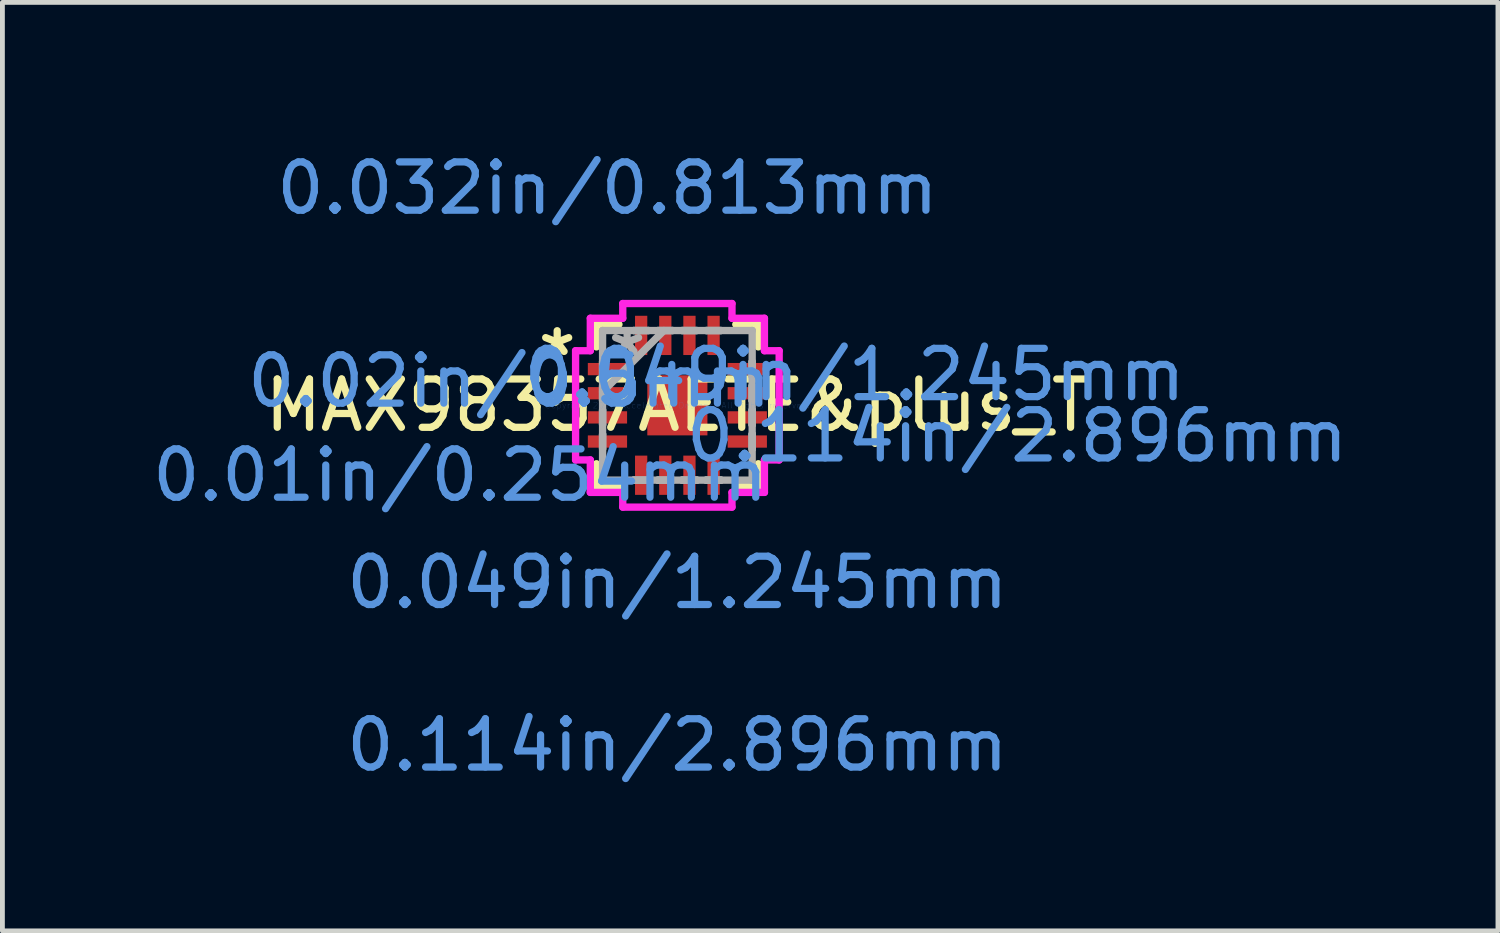
<source format=kicad_pcb>
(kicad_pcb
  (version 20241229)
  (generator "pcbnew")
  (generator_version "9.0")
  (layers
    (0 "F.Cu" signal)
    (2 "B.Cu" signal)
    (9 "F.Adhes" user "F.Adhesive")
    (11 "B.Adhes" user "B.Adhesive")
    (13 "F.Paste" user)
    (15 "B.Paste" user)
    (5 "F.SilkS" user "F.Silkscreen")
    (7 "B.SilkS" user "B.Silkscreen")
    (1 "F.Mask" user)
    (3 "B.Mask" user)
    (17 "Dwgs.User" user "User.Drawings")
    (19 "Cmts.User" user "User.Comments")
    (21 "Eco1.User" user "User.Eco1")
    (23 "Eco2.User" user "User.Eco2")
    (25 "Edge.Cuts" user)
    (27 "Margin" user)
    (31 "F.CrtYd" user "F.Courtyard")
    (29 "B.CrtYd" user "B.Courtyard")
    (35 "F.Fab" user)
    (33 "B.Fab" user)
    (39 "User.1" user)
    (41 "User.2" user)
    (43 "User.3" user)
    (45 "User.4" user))
  (footprint "MAX98357AETE&plus_T"
    (layer "F.Cu")
    (at 10.978 5.344)
    (property "Reference" "MAX98357AETE&plus_T" (at 0 0 0) (layer "F.SilkS") (effects (font (size 1 1) (thickness 0.15))))
    (attr through_hole)
    (fp_line (start -1.676 -1.676) (end -1.676 -1.21) (stroke (width 0.152) (type solid)) (layer "F.SilkS"))
    (fp_line (start -1.676 1.21) (end -1.676 1.676) (stroke (width 0.152) (type solid)) (layer "F.SilkS"))
    (fp_line (start -1.676 1.676) (end -1.21 1.676) (stroke (width 0.152) (type solid)) (layer "F.SilkS"))
    (fp_line (start -1.21 -1.676) (end -1.676 -1.676) (stroke (width 0.152) (type solid)) (layer "F.SilkS"))
    (fp_line (start 1.21 1.676) (end 1.676 1.676) (stroke (width 0.152) (type solid)) (layer "F.SilkS"))
    (fp_line (start 1.676 -1.676) (end 1.21 -1.676) (stroke (width 0.152) (type solid)) (layer "F.SilkS"))
    (fp_line (start 1.676 -1.21) (end 1.676 -1.676) (stroke (width 0.152) (type solid)) (layer "F.SilkS"))
    (fp_line (start 1.676 1.676) (end 1.676 1.21) (stroke (width 0.152) (type solid)) (layer "F.SilkS"))
    (fp_line (start -2.108 -1.131) (end -1.803 -1.131) (stroke (width 0.152) (type solid)) (layer "F.CrtYd"))
    (fp_line (start -2.108 1.131) (end -2.108 -1.131) (stroke (width 0.152) (type solid)) (layer "F.CrtYd"))
    (fp_line (start -1.803 -1.803) (end -1.131 -1.803) (stroke (width 0.152) (type solid)) (layer "F.CrtYd"))
    (fp_line (start -1.803 -1.131) (end -1.803 -1.803) (stroke (width 0.152) (type solid)) (layer "F.CrtYd"))
    (fp_line (start -1.803 1.131) (end -2.108 1.131) (stroke (width 0.152) (type solid)) (layer "F.CrtYd"))
    (fp_line (start -1.803 1.803) (end -1.803 1.131) (stroke (width 0.152) (type solid)) (layer "F.CrtYd"))
    (fp_line (start -1.131 -2.108) (end 1.131 -2.108) (stroke (width 0.152) (type solid)) (layer "F.CrtYd"))
    (fp_line (start -1.131 -1.803) (end -1.131 -2.108) (stroke (width 0.152) (type solid)) (layer "F.CrtYd"))
    (fp_line (start -1.131 1.803) (end -1.803 1.803) (stroke (width 0.152) (type solid)) (layer "F.CrtYd"))
    (fp_line (start -1.131 2.108) (end -1.131 1.803) (stroke (width 0.152) (type solid)) (layer "F.CrtYd"))
    (fp_line (start 1.131 -2.108) (end 1.131 -1.803) (stroke (width 0.152) (type solid)) (layer "F.CrtYd"))
    (fp_line (start 1.131 -1.803) (end 1.803 -1.803) (stroke (width 0.152) (type solid)) (layer "F.CrtYd"))
    (fp_line (start 1.131 1.803) (end 1.131 2.108) (stroke (width 0.152) (type solid)) (layer "F.CrtYd"))
    (fp_line (start 1.131 2.108) (end -1.131 2.108) (stroke (width 0.152) (type solid)) (layer "F.CrtYd"))
    (fp_line (start 1.803 -1.803) (end 1.803 -1.131) (stroke (width 0.152) (type solid)) (layer "F.CrtYd"))
    (fp_line (start 1.803 -1.131) (end 2.108 -1.131) (stroke (width 0.152) (type solid)) (layer "F.CrtYd"))
    (fp_line (start 1.803 1.131) (end 1.803 1.803) (stroke (width 0.152) (type solid)) (layer "F.CrtYd"))
    (fp_line (start 1.803 1.803) (end 1.131 1.803) (stroke (width 0.152) (type solid)) (layer "F.CrtYd"))
    (fp_line (start 2.108 -1.131) (end 2.108 1.131) (stroke (width 0.152) (type solid)) (layer "F.CrtYd"))
    (fp_line (start 2.108 1.131) (end 1.803 1.131) (stroke (width 0.152) (type solid)) (layer "F.CrtYd"))
    (fp_line (start -1.549 -1.549) (end -1.549 -1.549) (stroke (width 0.152) (type solid)) (layer "F.Fab"))
    (fp_line (start -1.549 -1.549) (end -1.549 1.549) (stroke (width 0.152) (type solid)) (layer "F.Fab"))
    (fp_line (start -1.549 -0.902) (end -1.549 -0.902) (stroke (width 0.152) (type solid)) (layer "F.Fab"))
    (fp_line (start -1.549 -0.902) (end -1.549 -0.598) (stroke (width 0.152) (type solid)) (layer "F.Fab"))
    (fp_line (start -1.549 -0.598) (end -1.549 -0.902) (stroke (width 0.152) (type solid)) (layer "F.Fab"))
    (fp_line (start -1.549 -0.598) (end -1.549 -0.598) (stroke (width 0.152) (type solid)) (layer "F.Fab"))
    (fp_line (start -1.549 -0.402) (end -1.549 -0.402) (stroke (width 0.152) (type solid)) (layer "F.Fab"))
    (fp_line (start -1.549 -0.402) (end -1.549 -0.098) (stroke (width 0.152) (type solid)) (layer "F.Fab"))
    (fp_line (start -1.549 -0.279) (end -0.279 -1.549) (stroke (width 0.152) (type solid)) (layer "F.Fab"))
    (fp_line (start -1.549 -0.098) (end -1.549 -0.402) (stroke (width 0.152) (type solid)) (layer "F.Fab"))
    (fp_line (start -1.549 -0.098) (end -1.549 -0.098) (stroke (width 0.152) (type solid)) (layer "F.Fab"))
    (fp_line (start -1.549 0.098) (end -1.549 0.098) (stroke (width 0.152) (type solid)) (layer "F.Fab"))
    (fp_line (start -1.549 0.098) (end -1.549 0.402) (stroke (width 0.152) (type solid)) (layer "F.Fab"))
    (fp_line (start -1.549 0.402) (end -1.549 0.098) (stroke (width 0.152) (type solid)) (layer "F.Fab"))
    (fp_line (start -1.549 0.402) (end -1.549 0.402) (stroke (width 0.152) (type solid)) (layer "F.Fab"))
    (fp_line (start -1.549 0.598) (end -1.549 0.598) (stroke (width 0.152) (type solid)) (layer "F.Fab"))
    (fp_line (start -1.549 0.598) (end -1.549 0.902) (stroke (width 0.152) (type solid)) (layer "F.Fab"))
    (fp_line (start -1.549 0.902) (end -1.549 0.598) (stroke (width 0.152) (type solid)) (layer "F.Fab"))
    (fp_line (start -1.549 0.902) (end -1.549 0.902) (stroke (width 0.152) (type solid)) (layer "F.Fab"))
    (fp_line (start -1.549 1.549) (end -1.549 1.549) (stroke (width 0.152) (type solid)) (layer "F.Fab"))
    (fp_line (start -1.549 1.549) (end 1.549 1.549) (stroke (width 0.152) (type solid)) (layer "F.Fab"))
    (fp_line (start -0.902 -1.549) (end -0.902 -1.549) (stroke (width 0.152) (type solid)) (layer "F.Fab"))
    (fp_line (start -0.902 -1.549) (end -0.598 -1.549) (stroke (width 0.152) (type solid)) (layer "F.Fab"))
    (fp_line (start -0.902 1.549) (end -0.902 1.549) (stroke (width 0.152) (type solid)) (layer "F.Fab"))
    (fp_line (start -0.902 1.549) (end -0.598 1.549) (stroke (width 0.152) (type solid)) (layer "F.Fab"))
    (fp_line (start -0.598 -1.549) (end -0.902 -1.549) (stroke (width 0.152) (type solid)) (layer "F.Fab"))
    (fp_line (start -0.598 -1.549) (end -0.598 -1.549) (stroke (width 0.152) (type solid)) (layer "F.Fab"))
    (fp_line (start -0.598 1.549) (end -0.902 1.549) (stroke (width 0.152) (type solid)) (layer "F.Fab"))
    (fp_line (start -0.598 1.549) (end -0.598 1.549) (stroke (width 0.152) (type solid)) (layer "F.Fab"))
    (fp_line (start -0.402 -1.549) (end -0.402 -1.549) (stroke (width 0.152) (type solid)) (layer "F.Fab"))
    (fp_line (start -0.402 -1.549) (end -0.098 -1.549) (stroke (width 0.152) (type solid)) (layer "F.Fab"))
    (fp_line (start -0.402 1.549) (end -0.402 1.549) (stroke (width 0.152) (type solid)) (layer "F.Fab"))
    (fp_line (start -0.402 1.549) (end -0.098 1.549) (stroke (width 0.152) (type solid)) (layer "F.Fab"))
    (fp_line (start -0.098 -1.549) (end -0.402 -1.549) (stroke (width 0.152) (type solid)) (layer "F.Fab"))
    (fp_line (start -0.098 -1.549) (end -0.098 -1.549) (stroke (width 0.152) (type solid)) (layer "F.Fab"))
    (fp_line (start -0.098 1.549) (end -0.402 1.549) (stroke (width 0.152) (type solid)) (layer "F.Fab"))
    (fp_line (start -0.098 1.549) (end -0.098 1.549) (stroke (width 0.152) (type solid)) (layer "F.Fab"))
    (fp_line (start 0.098 -1.549) (end 0.098 -1.549) (stroke (width 0.152) (type solid)) (layer "F.Fab"))
    (fp_line (start 0.098 -1.549) (end 0.402 -1.549) (stroke (width 0.152) (type solid)) (layer "F.Fab"))
    (fp_line (start 0.098 1.549) (end 0.098 1.549) (stroke (width 0.152) (type solid)) (layer "F.Fab"))
    (fp_line (start 0.098 1.549) (end 0.402 1.549) (stroke (width 0.152) (type solid)) (layer "F.Fab"))
    (fp_line (start 0.402 -1.549) (end 0.098 -1.549) (stroke (width 0.152) (type solid)) (layer "F.Fab"))
    (fp_line (start 0.402 -1.549) (end 0.402 -1.549) (stroke (width 0.152) (type solid)) (layer "F.Fab"))
    (fp_line (start 0.402 1.549) (end 0.098 1.549) (stroke (width 0.152) (type solid)) (layer "F.Fab"))
    (fp_line (start 0.402 1.549) (end 0.402 1.549) (stroke (width 0.152) (type solid)) (layer "F.Fab"))
    (fp_line (start 0.598 -1.549) (end 0.598 -1.549) (stroke (width 0.152) (type solid)) (layer "F.Fab"))
    (fp_line (start 0.598 -1.549) (end 0.902 -1.549) (stroke (width 0.152) (type solid)) (layer "F.Fab"))
    (fp_line (start 0.598 1.549) (end 0.598 1.549) (stroke (width 0.152) (type solid)) (layer "F.Fab"))
    (fp_line (start 0.598 1.549) (end 0.902 1.549) (stroke (width 0.152) (type solid)) (layer "F.Fab"))
    (fp_line (start 0.902 -1.549) (end 0.598 -1.549) (stroke (width 0.152) (type solid)) (layer "F.Fab"))
    (fp_line (start 0.902 -1.549) (end 0.902 -1.549) (stroke (width 0.152) (type solid)) (layer "F.Fab"))
    (fp_line (start 0.902 1.549) (end 0.598 1.549) (stroke (width 0.152) (type solid)) (layer "F.Fab"))
    (fp_line (start 0.902 1.549) (end 0.902 1.549) (stroke (width 0.152) (type solid)) (layer "F.Fab"))
    (fp_line (start 1.549 -1.549) (end -1.549 -1.549) (stroke (width 0.152) (type solid)) (layer "F.Fab"))
    (fp_line (start 1.549 -1.549) (end 1.549 -1.549) (stroke (width 0.152) (type solid)) (layer "F.Fab"))
    (fp_line (start 1.549 -0.902) (end 1.549 -0.902) (stroke (width 0.152) (type solid)) (layer "F.Fab"))
    (fp_line (start 1.549 -0.902) (end 1.549 -0.598) (stroke (width 0.152) (type solid)) (layer "F.Fab"))
    (fp_line (start 1.549 -0.598) (end 1.549 -0.902) (stroke (width 0.152) (type solid)) (layer "F.Fab"))
    (fp_line (start 1.549 -0.598) (end 1.549 -0.598) (stroke (width 0.152) (type solid)) (layer "F.Fab"))
    (fp_line (start 1.549 -0.402) (end 1.549 -0.402) (stroke (width 0.152) (type solid)) (layer "F.Fab"))
    (fp_line (start 1.549 -0.402) (end 1.549 -0.098) (stroke (width 0.152) (type solid)) (layer "F.Fab"))
    (fp_line (start 1.549 -0.098) (end 1.549 -0.402) (stroke (width 0.152) (type solid)) (layer "F.Fab"))
    (fp_line (start 1.549 -0.098) (end 1.549 -0.098) (stroke (width 0.152) (type solid)) (layer "F.Fab"))
    (fp_line (start 1.549 0.098) (end 1.549 0.098) (stroke (width 0.152) (type solid)) (layer "F.Fab"))
    (fp_line (start 1.549 0.098) (end 1.549 0.402) (stroke (width 0.152) (type solid)) (layer "F.Fab"))
    (fp_line (start 1.549 0.402) (end 1.549 0.098) (stroke (width 0.152) (type solid)) (layer "F.Fab"))
    (fp_line (start 1.549 0.402) (end 1.549 0.402) (stroke (width 0.152) (type solid)) (layer "F.Fab"))
    (fp_line (start 1.549 0.598) (end 1.549 0.598) (stroke (width 0.152) (type solid)) (layer "F.Fab"))
    (fp_line (start 1.549 0.598) (end 1.549 0.902) (stroke (width 0.152) (type solid)) (layer "F.Fab"))
    (fp_line (start 1.549 0.902) (end 1.549 0.598) (stroke (width 0.152) (type solid)) (layer "F.Fab"))
    (fp_line (start 1.549 0.902) (end 1.549 0.902) (stroke (width 0.152) (type solid)) (layer "F.Fab"))
    (fp_line (start 1.549 1.549) (end 1.549 -1.549) (stroke (width 0.152) (type solid)) (layer "F.Fab"))
    (fp_line (start 1.549 1.549) (end 1.549 1.549) (stroke (width 0.152) (type solid)) (layer "F.Fab"))
    (fp_text user "*" (at -2.489 -1 0) (layer "F.SilkS") (effects (font (size 1 1) (thickness 0.15))))
    (fp_text user "0.032in/0.813mm" (at -1.448 -4.496 0) (layer "Cmts.User") (effects (font (size 1 1) (thickness 0.15))))
    (fp_text user "0.049in/1.245mm" (at 3.67 -0.635 0) (layer "Cmts.User") (effects (font (size 1 1) (thickness 0.15))))
    (fp_text user "0.01in/0.254mm" (at -4.496 1.448 0) (layer "Cmts.User") (effects (font (size 1 1) (thickness 0.15))))
    (fp_text user "0.02in/0.5mm" (at -3.48 -0.5 0) (layer "Cmts.User") (effects (font (size 1 1) (thickness 0.15))))
    (fp_text user "Copyright 2016 Accelerated Designs. All rights reserved." (at 0 0 0) (layer "Cmts.User") (effects (font (size 0.127 0.127) (thickness 0.002))))
    (fp_text user "0.114in/2.896mm" (at 7.036 0.635 0) (layer "Cmts.User") (effects (font (size 1 1) (thickness 0.15))))
    (fp_text user "0.049in/1.245mm" (at 0 3.67 0) (layer "Cmts.User") (effects (font (size 1 1) (thickness 0.15))))
    (fp_text user "0.114in/2.896mm" (at 0 7.036 0) (layer "Cmts.User") (effects (font (size 1 1) (thickness 0.15))))
    (fp_text user "*" (at -1.041 -1 0) (layer "F.Fab") (effects (font (size 1 1) (thickness 0.15))))
    (pad "1" smd rect (at -1.448 -0.75 90) (size 0.254 0.813) (layers "F.Cu" "F.Mask" "F.Paste"))
    (pad "2" smd rect (at -1.448 -0.25 90) (size 0.254 0.813) (layers "F.Cu" "F.Mask" "F.Paste"))
    (pad "3" smd rect (at -1.448 0.25 90) (size 0.254 0.813) (layers "F.Cu" "F.Mask" "F.Paste"))
    (pad "4" smd rect (at -1.448 0.75 90) (size 0.254 0.813) (layers "F.Cu" "F.Mask" "F.Paste"))
    (pad "5" smd rect (at -0.75 1.448) (size 0.254 0.813) (layers "F.Cu" "F.Mask" "F.Paste"))
    (pad "6" smd rect (at -0.25 1.448) (size 0.254 0.813) (layers "F.Cu" "F.Mask" "F.Paste"))
    (pad "7" smd rect (at 0.25 1.448) (size 0.254 0.813) (layers "F.Cu" "F.Mask" "F.Paste"))
    (pad "8" smd rect (at 0.75 1.448) (size 0.254 0.813) (layers "F.Cu" "F.Mask" "F.Paste"))
    (pad "9" smd rect (at 1.448 0.75 90) (size 0.254 0.813) (layers "F.Cu" "F.Mask" "F.Paste"))
    (pad "10" smd rect (at 1.448 0.25 90) (size 0.254 0.813) (layers "F.Cu" "F.Mask" "F.Paste"))
    (pad "11" smd rect (at 1.448 -0.25 90) (size 0.254 0.813) (layers "F.Cu" "F.Mask" "F.Paste"))
    (pad "12" smd rect (at 1.448 -0.75 90) (size 0.254 0.813) (layers "F.Cu" "F.Mask" "F.Paste"))
    (pad "13" smd rect (at 0.75 -1.448) (size 0.254 0.813) (layers "F.Cu" "F.Mask" "F.Paste"))
    (pad "14" smd rect (at 0.25 -1.448) (size 0.254 0.813) (layers "F.Cu" "F.Mask" "F.Paste"))
    (pad "15" smd rect (at -0.25 -1.448) (size 0.254 0.813) (layers "F.Cu" "F.Mask" "F.Paste"))
    (pad "16" smd rect (at -0.75 -1.448) (size 0.254 0.813) (layers "F.Cu" "F.Mask" "F.Paste"))
    (pad "17" smd rect (at 0 0) (size 1.245 1.245) (layers "F.Cu" "F.Mask" "F.Paste")))
  (gr_rect
    (start -3 -3)
    (end 27.972 16.228)
    (stroke (width 0.1) (type default))
    (fill no)
    (layer "Edge.Cuts")))
</source>
